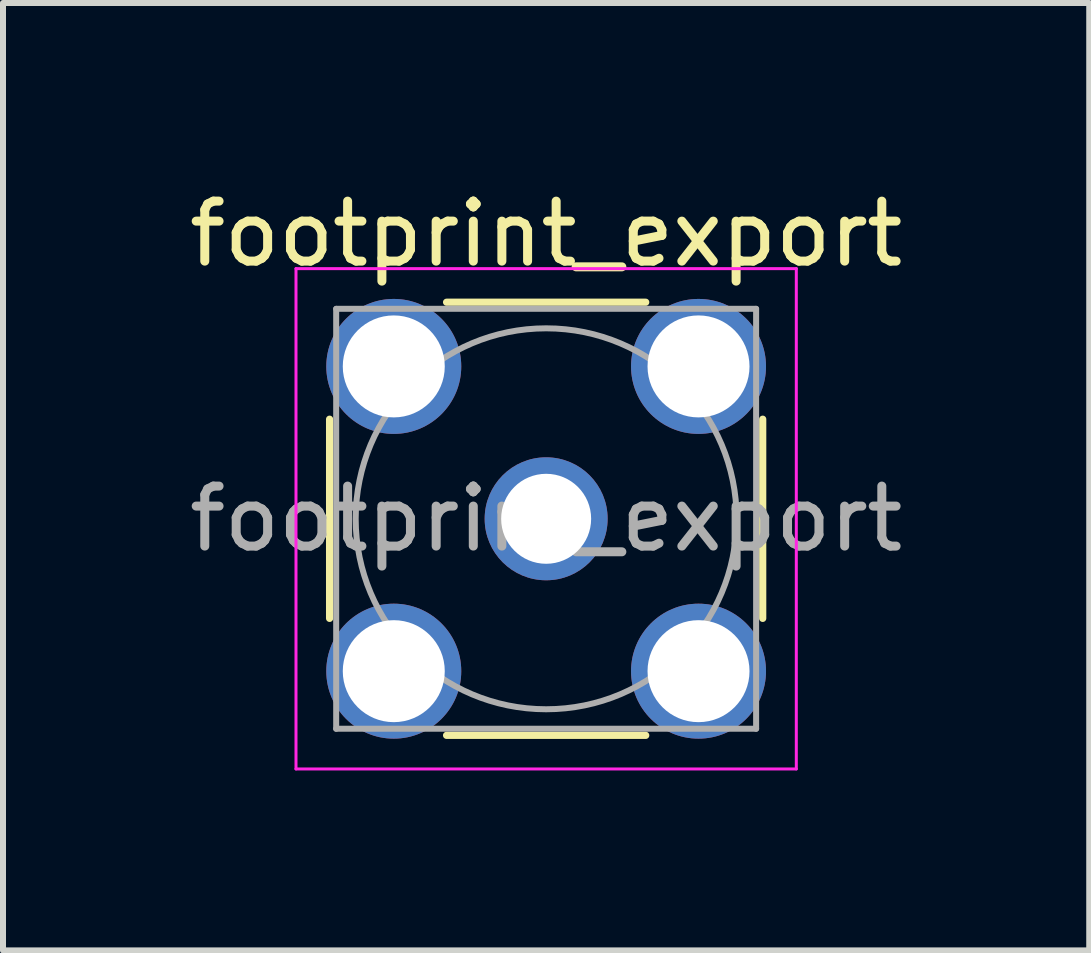
<source format=kicad_pcb>
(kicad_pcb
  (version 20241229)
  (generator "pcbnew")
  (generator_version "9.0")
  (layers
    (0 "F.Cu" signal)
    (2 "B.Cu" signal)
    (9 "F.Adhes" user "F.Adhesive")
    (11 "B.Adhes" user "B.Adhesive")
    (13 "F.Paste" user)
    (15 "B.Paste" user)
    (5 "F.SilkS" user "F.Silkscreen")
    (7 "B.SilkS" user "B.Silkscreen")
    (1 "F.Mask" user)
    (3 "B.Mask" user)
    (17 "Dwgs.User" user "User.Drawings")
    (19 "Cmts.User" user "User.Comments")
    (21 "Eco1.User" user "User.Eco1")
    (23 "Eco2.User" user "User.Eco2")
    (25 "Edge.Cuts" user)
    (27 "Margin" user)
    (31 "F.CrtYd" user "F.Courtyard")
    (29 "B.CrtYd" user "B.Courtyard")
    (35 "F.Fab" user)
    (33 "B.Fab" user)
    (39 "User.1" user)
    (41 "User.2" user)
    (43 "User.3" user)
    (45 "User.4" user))
  (footprint "footprint_export"
    (layer "F.Cu")
    (at 6.054 5.598)
    (property "Reference" "footprint_export" (at 0 -4.75 0) (layer "F.SilkS") (effects (font (size 1 1) (thickness 0.15))))
    (attr through_hole)
    (fp_line (start -3.61 -1.66) (end -3.61 1.66) (stroke (width 0.12) (type solid)) (layer "F.SilkS"))
    (fp_line (start 1.66 -3.61) (end -1.66 -3.61) (stroke (width 0.12) (type solid)) (layer "F.SilkS"))
    (fp_line (start 1.66 3.61) (end -1.66 3.61) (stroke (width 0.12) (type solid)) (layer "F.SilkS"))
    (fp_line (start 3.61 -1.66) (end 3.61 1.66) (stroke (width 0.12) (type solid)) (layer "F.SilkS"))
    (fp_line (start -4.17 -4.17) (end -4.17 4.17) (stroke (width 0.05) (type solid)) (layer "F.CrtYd"))
    (fp_line (start -4.17 -4.17) (end 4.17 -4.17) (stroke (width 0.05) (type solid)) (layer "F.CrtYd"))
    (fp_line (start 4.17 4.17) (end -4.17 4.17) (stroke (width 0.05) (type solid)) (layer "F.CrtYd"))
    (fp_line (start 4.17 4.17) (end 4.17 -4.17) (stroke (width 0.05) (type solid)) (layer "F.CrtYd"))
    (fp_line (start -3.5 -3.5) (end -3.5 3.5) (stroke (width 0.1) (type solid)) (layer "F.Fab"))
    (fp_line (start -3.5 -3.5) (end 3.5 -3.5) (stroke (width 0.1) (type solid)) (layer "F.Fab"))
    (fp_line (start -3.5 3.5) (end 3.5 3.5) (stroke (width 0.1) (type solid)) (layer "F.Fab"))
    (fp_line (start 3.5 -3.5) (end 3.5 3.5) (stroke (width 0.1) (type solid)) (layer "F.Fab"))
    (fp_circle (center 0 0) (end 3.175 0) (stroke (width 0.1) (type solid)) (fill no) (layer "F.Fab"))
    (fp_text user "${REFERENCE}" (at 0 0 0) (layer "F.Fab") (effects (font (size 1 1) (thickness 0.15))))
    (pad "1" thru_hole circle (at 0 0) (size 2.05 2.05) (drill 1.5) (layers "*.Cu" "*.Mask"))
    (pad "2" thru_hole circle (at -2.54 -2.54) (size 2.25 2.25) (drill 1.7) (layers "*.Cu" "*.Mask"))
    (pad "2" thru_hole circle (at -2.54 2.54) (size 2.25 2.25) (drill 1.7) (layers "*.Cu" "*.Mask"))
    (pad "2" thru_hole circle (at 2.54 -2.54) (size 2.25 2.25) (drill 1.7) (layers "*.Cu" "*.Mask"))
    (pad "2" thru_hole circle (at 2.54 2.54) (size 2.25 2.25) (drill 1.7) (layers "*.Cu" "*.Mask")))
  (gr_rect
    (start -3 -3)
    (end 15.107 12.793)
    (stroke (width 0.1) (type default))
    (fill no)
    (layer "Edge.Cuts")))
</source>
